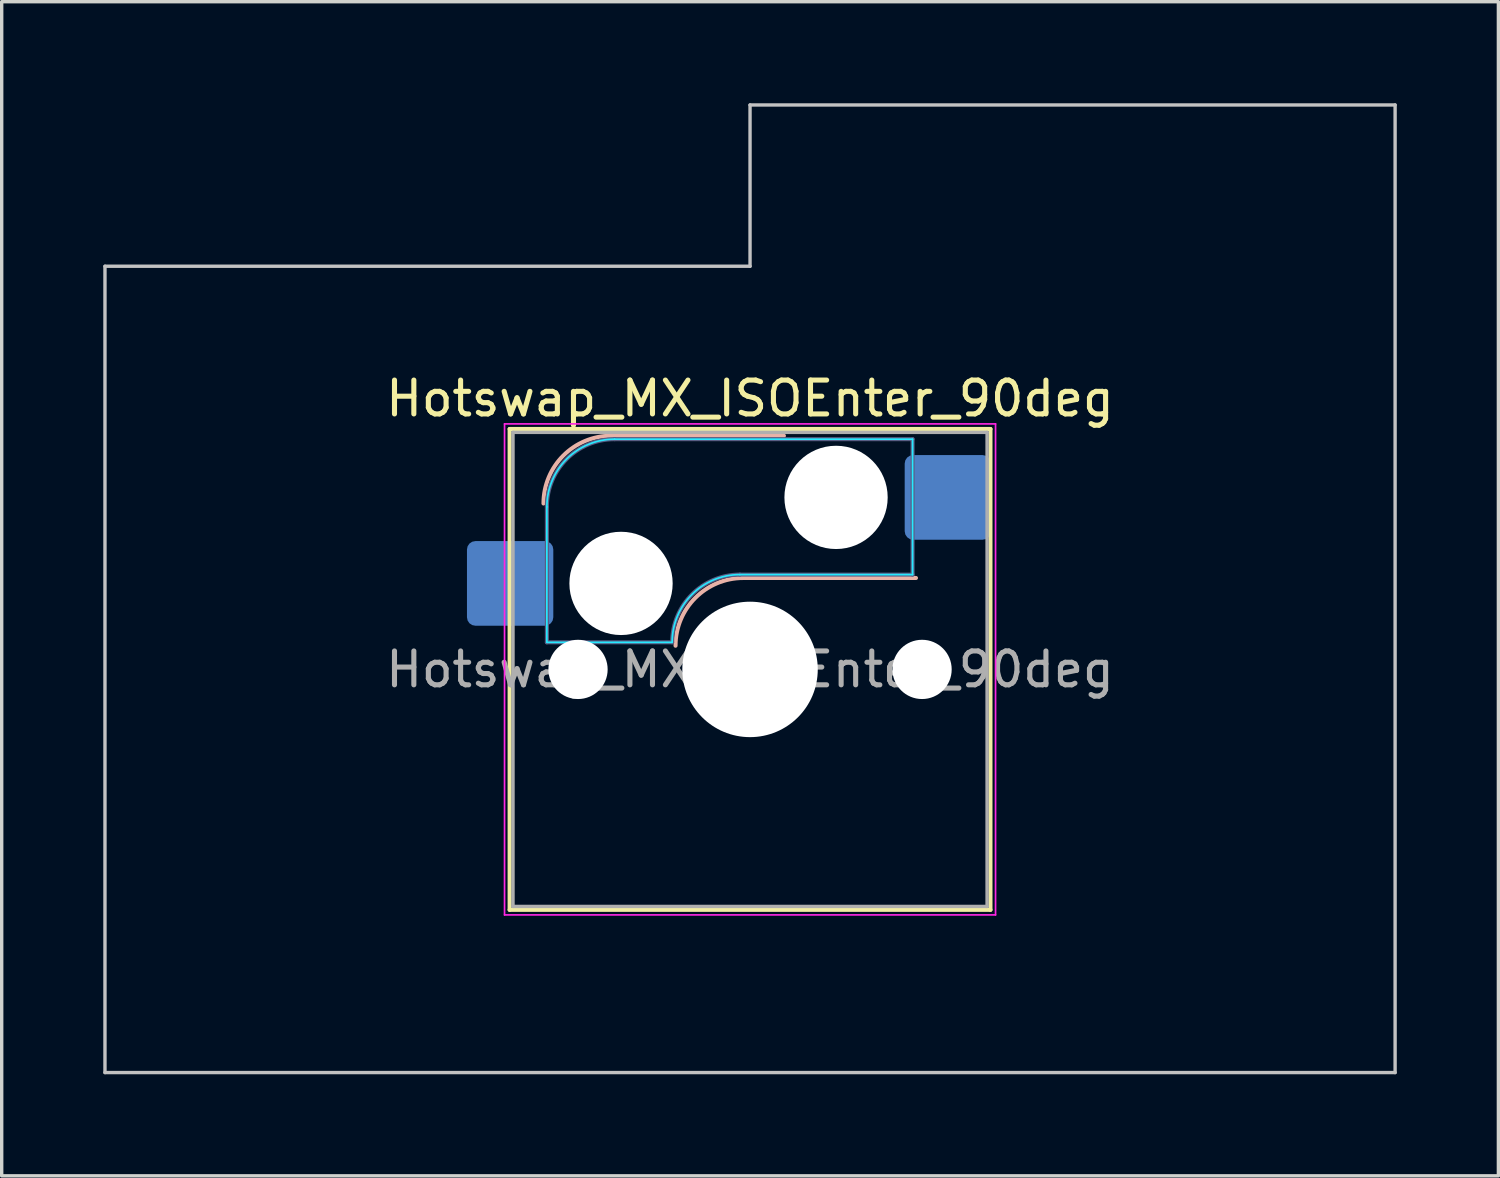
<source format=kicad_pcb>
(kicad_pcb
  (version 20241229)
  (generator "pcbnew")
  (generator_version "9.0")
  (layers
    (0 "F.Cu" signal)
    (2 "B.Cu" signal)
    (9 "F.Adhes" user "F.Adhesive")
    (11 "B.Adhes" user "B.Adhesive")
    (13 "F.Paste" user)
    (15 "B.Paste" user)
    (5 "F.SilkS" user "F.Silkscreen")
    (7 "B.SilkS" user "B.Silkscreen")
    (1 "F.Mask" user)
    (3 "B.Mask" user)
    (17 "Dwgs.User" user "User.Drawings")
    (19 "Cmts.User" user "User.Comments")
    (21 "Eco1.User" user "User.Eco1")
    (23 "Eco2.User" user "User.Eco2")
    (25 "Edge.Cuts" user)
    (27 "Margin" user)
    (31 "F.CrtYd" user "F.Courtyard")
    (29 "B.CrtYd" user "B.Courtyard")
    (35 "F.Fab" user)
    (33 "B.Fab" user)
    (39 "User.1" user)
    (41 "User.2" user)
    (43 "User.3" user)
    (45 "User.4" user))
  (footprint "Hotswap_MX_ISOEnter_90deg"
    (layer "F.Cu")
    (at 19.1 16.719)
    (property "Reference" "Hotswap_MX_ISOEnter_90deg" (at 0 -8 0) (layer "F.SilkS") (effects (font (size 1 1) (thickness 0.15))))
    (attr smd)
    (fp_line (start -7.1 -7.1) (end -7.1 7.1) (stroke (width 0.12) (type solid)) (layer "F.SilkS"))
    (fp_line (start -7.1 7.1) (end 7.1 7.1) (stroke (width 0.12) (type solid)) (layer "F.SilkS"))
    (fp_line (start 7.1 -7.1) (end -7.1 -7.1) (stroke (width 0.12) (type solid)) (layer "F.SilkS"))
    (fp_line (start 7.1 7.1) (end 7.1 -7.1) (stroke (width 0.12) (type solid)) (layer "F.SilkS"))
    (fp_line (start -4.1 -6.9) (end 1 -6.9) (stroke (width 0.12) (type solid)) (layer "B.SilkS"))
    (fp_line (start -0.2 -2.7) (end 4.9 -2.7) (stroke (width 0.12) (type solid)) (layer "B.SilkS"))
    (fp_arc (start -6.1 -4.9) (mid -5.514214 -6.314214) (end -4.1 -6.9) (stroke (width 0.12) (type solid)) (layer "B.SilkS"))
    (fp_arc (start -2.2 -0.7) (mid -1.614214 -2.114214) (end -0.2 -2.7) (stroke (width 0.12) (type solid)) (layer "B.SilkS"))
    (fp_line (start -19.05 -11.906) (end -19.05 11.906) (stroke (width 0.1) (type solid)) (layer "Dwgs.User"))
    (fp_line (start -19.05 11.906) (end 19.05 11.906) (stroke (width 0.1) (type solid)) (layer "Dwgs.User"))
    (fp_line (start 0 -16.669) (end 0 -11.906) (stroke (width 0.1) (type solid)) (layer "Dwgs.User"))
    (fp_line (start 0 -11.906) (end -19.05 -11.906) (stroke (width 0.1) (type solid)) (layer "Dwgs.User"))
    (fp_line (start 19.05 -16.669) (end 0 -16.669) (stroke (width 0.1) (type solid)) (layer "Dwgs.User"))
    (fp_line (start 19.05 11.906) (end 19.05 -16.669) (stroke (width 0.1) (type solid)) (layer "Dwgs.User"))
    (fp_line (start -7.8 -6) (end -7 -6) (stroke (width 0.1) (type solid)) (layer "Eco1.User"))
    (fp_line (start -7.8 -2.9) (end -7.8 -6) (stroke (width 0.1) (type solid)) (layer "Eco1.User"))
    (fp_line (start -7.8 2.9) (end -7 2.9) (stroke (width 0.1) (type solid)) (layer "Eco1.User"))
    (fp_line (start -7.8 6) (end -7.8 2.9) (stroke (width 0.1) (type solid)) (layer "Eco1.User"))
    (fp_line (start -7 -7) (end 7 -7) (stroke (width 0.1) (type solid)) (layer "Eco1.User"))
    (fp_line (start -7 -6) (end -7 -7) (stroke (width 0.1) (type solid)) (layer "Eco1.User"))
    (fp_line (start -7 -2.9) (end -7.8 -2.9) (stroke (width 0.1) (type solid)) (layer "Eco1.User"))
    (fp_line (start -7 2.9) (end -7 -2.9) (stroke (width 0.1) (type solid)) (layer "Eco1.User"))
    (fp_line (start -7 6) (end -7.8 6) (stroke (width 0.1) (type solid)) (layer "Eco1.User"))
    (fp_line (start -7 7) (end -7 6) (stroke (width 0.1) (type solid)) (layer "Eco1.User"))
    (fp_line (start 7 -7) (end 7 -6) (stroke (width 0.1) (type solid)) (layer "Eco1.User"))
    (fp_line (start 7 -6) (end 7.8 -6) (stroke (width 0.1) (type solid)) (layer "Eco1.User"))
    (fp_line (start 7 -2.9) (end 7 2.9) (stroke (width 0.1) (type solid)) (layer "Eco1.User"))
    (fp_line (start 7 2.9) (end 7.8 2.9) (stroke (width 0.1) (type solid)) (layer "Eco1.User"))
    (fp_line (start 7 6) (end 7 7) (stroke (width 0.1) (type solid)) (layer "Eco1.User"))
    (fp_line (start 7 7) (end -7 7) (stroke (width 0.1) (type solid)) (layer "Eco1.User"))
    (fp_line (start 7.8 -6) (end 7.8 -2.9) (stroke (width 0.1) (type solid)) (layer "Eco1.User"))
    (fp_line (start 7.8 -2.9) (end 7 -2.9) (stroke (width 0.1) (type solid)) (layer "Eco1.User"))
    (fp_line (start 7.8 2.9) (end 7.8 6) (stroke (width 0.1) (type solid)) (layer "Eco1.User"))
    (fp_line (start 7.8 6) (end 7 6) (stroke (width 0.1) (type solid)) (layer "Eco1.User"))
    (fp_line (start -6 -0.8) (end -6 -4.8) (stroke (width 0.05) (type solid)) (layer "B.CrtYd"))
    (fp_line (start -6 -0.8) (end -2.3 -0.8) (stroke (width 0.05) (type solid)) (layer "B.CrtYd"))
    (fp_line (start -4 -6.8) (end 4.8 -6.8) (stroke (width 0.05) (type solid)) (layer "B.CrtYd"))
    (fp_line (start -0.3 -2.8) (end 4.8 -2.8) (stroke (width 0.05) (type solid)) (layer "B.CrtYd"))
    (fp_line (start 4.8 -6.8) (end 4.8 -2.8) (stroke (width 0.05) (type solid)) (layer "B.CrtYd"))
    (fp_arc (start -6 -4.8) (mid -5.414214 -6.214214) (end -4 -6.8) (stroke (width 0.05) (type solid)) (layer "B.CrtYd"))
    (fp_arc (start -2.3 -0.8) (mid -1.714214 -2.214214) (end -0.3 -2.8) (stroke (width 0.05) (type solid)) (layer "B.CrtYd"))
    (fp_line (start -7.25 -7.25) (end -7.25 7.25) (stroke (width 0.05) (type solid)) (layer "F.CrtYd"))
    (fp_line (start -7.25 7.25) (end 7.25 7.25) (stroke (width 0.05) (type solid)) (layer "F.CrtYd"))
    (fp_line (start 7.25 -7.25) (end -7.25 -7.25) (stroke (width 0.05) (type solid)) (layer "F.CrtYd"))
    (fp_line (start 7.25 7.25) (end 7.25 -7.25) (stroke (width 0.05) (type solid)) (layer "F.CrtYd"))
    (fp_line (start -6 -0.8) (end -6 -4.8) (stroke (width 0.12) (type solid)) (layer "B.Fab"))
    (fp_line (start -6 -0.8) (end -2.3 -0.8) (stroke (width 0.12) (type solid)) (layer "B.Fab"))
    (fp_line (start -4 -6.8) (end 4.8 -6.8) (stroke (width 0.12) (type solid)) (layer "B.Fab"))
    (fp_line (start -0.3 -2.8) (end 4.8 -2.8) (stroke (width 0.12) (type solid)) (layer "B.Fab"))
    (fp_line (start 4.8 -6.8) (end 4.8 -2.8) (stroke (width 0.12) (type solid)) (layer "B.Fab"))
    (fp_arc (start -6 -4.8) (mid -5.414214 -6.214214) (end -4 -6.8) (stroke (width 0.12) (type solid)) (layer "B.Fab"))
    (fp_arc (start -2.3 -0.8) (mid -1.714214 -2.214214) (end -0.3 -2.8) (stroke (width 0.12) (type solid)) (layer "B.Fab"))
    (fp_line (start -7 -7) (end -7 7) (stroke (width 0.1) (type solid)) (layer "F.Fab"))
    (fp_line (start -7 7) (end 7 7) (stroke (width 0.1) (type solid)) (layer "F.Fab"))
    (fp_line (start 7 -7) (end -7 -7) (stroke (width 0.1) (type solid)) (layer "F.Fab"))
    (fp_line (start 7 7) (end 7 -7) (stroke (width 0.1) (type solid)) (layer "F.Fab"))
    (fp_text user "${REFERENCE}" (at 0 0 0) (layer "F.Fab") (effects (font (size 1 1) (thickness 0.15))))
    (pad "" np_thru_hole circle (at -5.08 0) (size 1.75 1.75) (drill 1.75) (layers "*.Cu" "*.Mask"))
    (pad "" np_thru_hole circle (at -3.81 -2.54) (size 3.05 3.05) (drill 3.05) (layers "*.Cu" "*.Mask"))
    (pad "" np_thru_hole circle (at 0 0) (size 4 4) (drill 4) (layers "*.Cu" "*.Mask"))
    (pad "" np_thru_hole circle (at 2.54 -5.08) (size 3.05 3.05) (drill 3.05) (layers "*.Cu" "*.Mask"))
    (pad "" np_thru_hole circle (at 5.08 0) (size 1.75 1.75) (drill 1.75) (layers "*.Cu" "*.Mask"))
    (pad "1" smd roundrect (at -7.085 -2.54) (size 2.55 2.5) (layers "B.Cu" "B.Mask" "B.Paste") (roundrect_rratio 0.1))
    (pad "2" smd roundrect (at 5.842 -5.08) (size 2.55 2.5) (layers "B.Cu" "B.Mask" "B.Paste") (roundrect_rratio 0.1)))
  (gr_rect
    (start -3 -3)
    (end 41.2 31.675)
    (stroke (width 0.1) (type default))
    (fill no)
    (layer "Edge.Cuts")))
</source>
